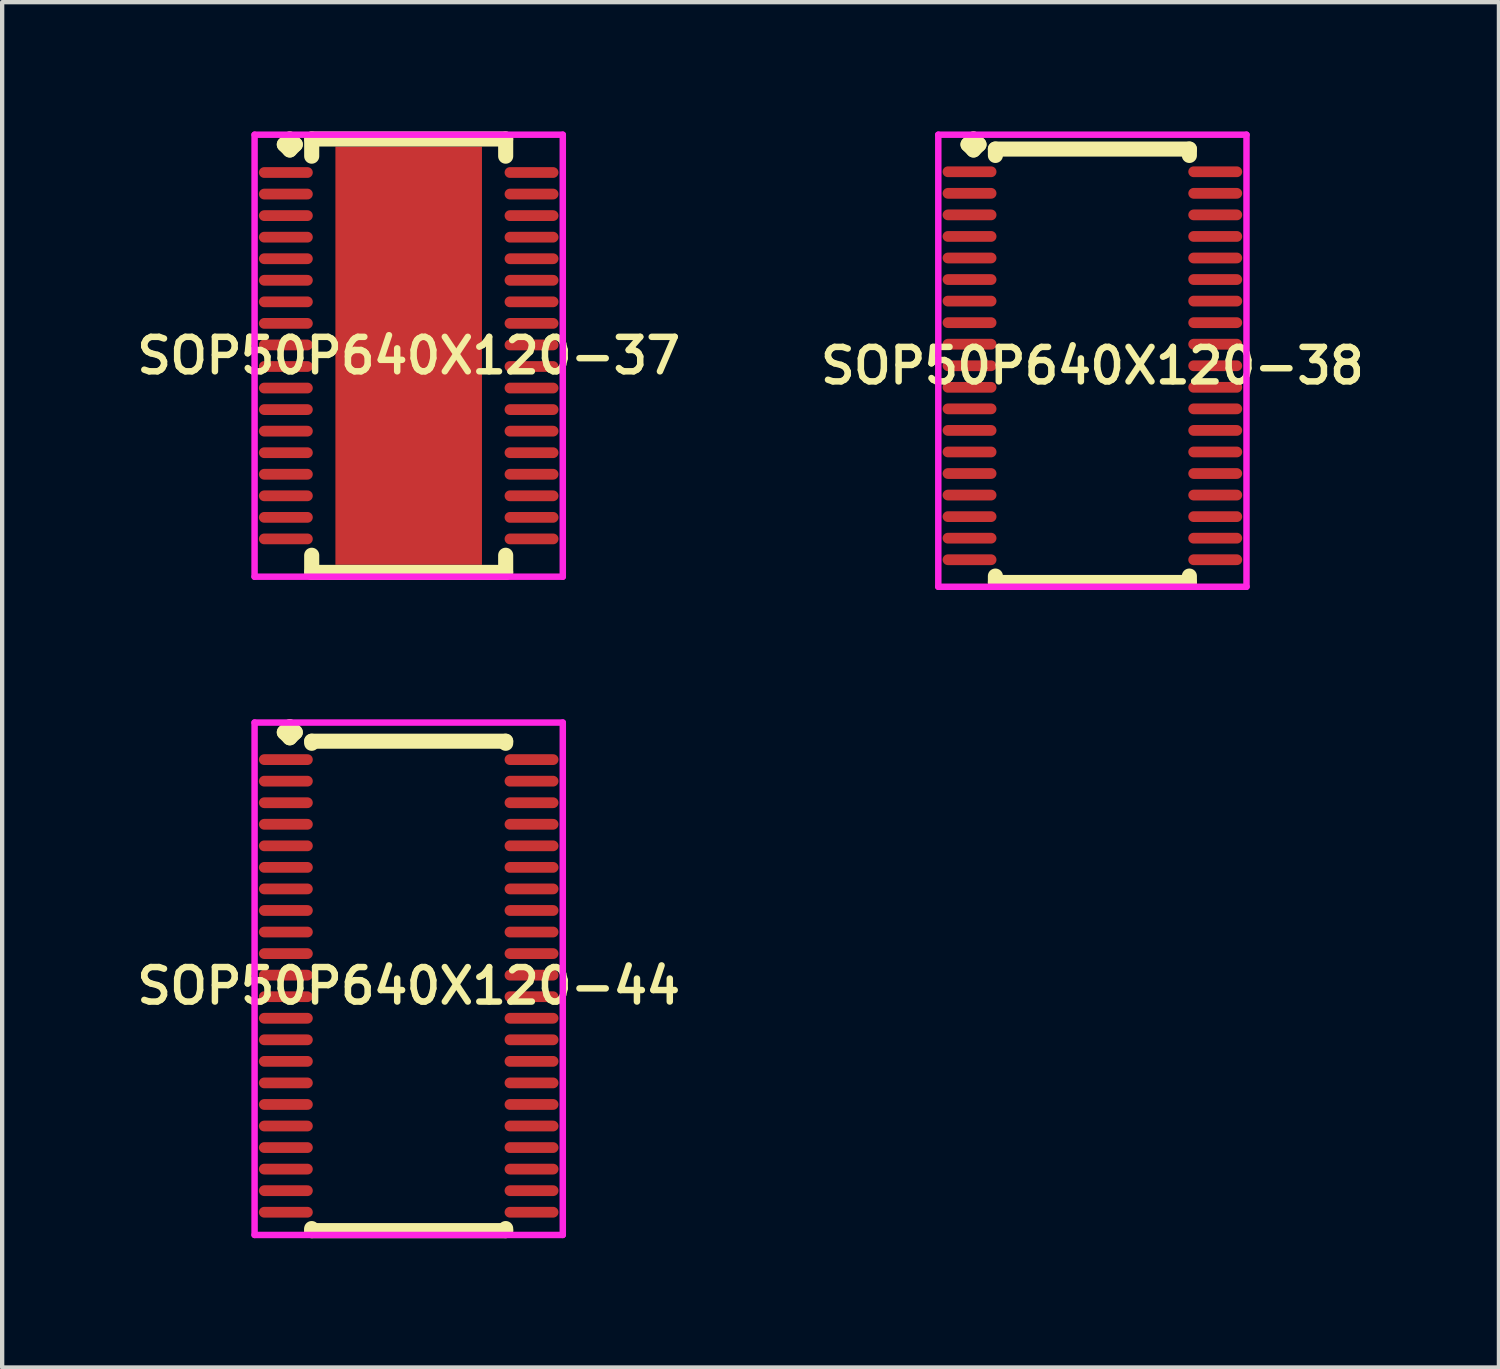
<source format=kicad_pcb>
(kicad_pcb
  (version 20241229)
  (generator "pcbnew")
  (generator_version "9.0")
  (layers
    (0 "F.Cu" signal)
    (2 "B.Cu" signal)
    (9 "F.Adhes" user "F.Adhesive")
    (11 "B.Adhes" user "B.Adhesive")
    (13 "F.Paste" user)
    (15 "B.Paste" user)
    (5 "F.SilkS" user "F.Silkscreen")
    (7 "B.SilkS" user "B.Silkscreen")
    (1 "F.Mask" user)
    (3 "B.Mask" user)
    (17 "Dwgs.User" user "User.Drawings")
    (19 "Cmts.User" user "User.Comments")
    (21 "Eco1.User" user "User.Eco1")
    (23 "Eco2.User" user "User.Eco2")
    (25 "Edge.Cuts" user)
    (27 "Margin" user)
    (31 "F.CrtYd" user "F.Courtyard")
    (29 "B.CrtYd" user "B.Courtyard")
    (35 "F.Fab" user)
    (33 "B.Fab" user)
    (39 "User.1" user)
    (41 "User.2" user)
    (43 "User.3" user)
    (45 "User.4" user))
  (footprint "SOP50P640X120-38"
    (layer "F.Cu")
    (at 22.292 5.435)
    (property "Reference" "SOP50P640X120-38" (at 0 0 0) (layer "F.SilkS") (effects (font (size 0.8 0.8) (thickness 0.15))))
    (attr smd)
    (fp_line (start -2.885 -5.133) (end -2.758 -5.26) (stroke (width 0.35) (type solid)) (layer "F.SilkS"))
    (fp_line (start -2.758 -5.26) (end -2.631 -5.133) (stroke (width 0.35) (type solid)) (layer "F.SilkS"))
    (fp_line (start -2.758 -5.006) (end -2.885 -5.133) (stroke (width 0.35) (type solid)) (layer "F.SilkS"))
    (fp_line (start -2.631 -5.133) (end -2.758 -5.006) (stroke (width 0.35) (type solid)) (layer "F.SilkS"))
    (fp_line (start -2.25 -5.027) (end 2.25 -5.027) (stroke (width 0.35) (type solid)) (layer "F.SilkS"))
    (fp_line (start -2.25 -4.879) (end -2.25 -5.027) (stroke (width 0.35) (type solid)) (layer "F.SilkS"))
    (fp_line (start -2.25 4.879) (end -2.25 5.027) (stroke (width 0.35) (type solid)) (layer "F.SilkS"))
    (fp_line (start -2.25 5.027) (end 2.25 5.027) (stroke (width 0.35) (type solid)) (layer "F.SilkS"))
    (fp_line (start 2.25 -5.027) (end 2.25 -4.879) (stroke (width 0.35) (type solid)) (layer "F.SilkS"))
    (fp_line (start 2.25 5.027) (end 2.25 4.879) (stroke (width 0.35) (type solid)) (layer "F.SilkS"))
    (fp_line (start -3.575 -5.36) (end 3.575 -5.36) (stroke (width 0.15) (type solid)) (layer "F.CrtYd"))
    (fp_line (start -3.575 5.127) (end -3.575 -5.36) (stroke (width 0.15) (type solid)) (layer "F.CrtYd"))
    (fp_line (start 3.575 -5.36) (end 3.575 5.127) (stroke (width 0.15) (type solid)) (layer "F.CrtYd"))
    (fp_line (start 3.575 5.127) (end -3.575 5.127) (stroke (width 0.15) (type solid)) (layer "F.CrtYd"))
    (pad "1" smd oval (at -2.85 -4.5) (size 1.25 0.25) (layers "F.Cu" "F.Mask" "F.Paste"))
    (pad "2" smd oval (at -2.85 -4) (size 1.25 0.25) (layers "F.Cu" "F.Mask" "F.Paste"))
    (pad "3" smd oval (at -2.85 -3.5) (size 1.25 0.25) (layers "F.Cu" "F.Mask" "F.Paste"))
    (pad "4" smd oval (at -2.85 -3) (size 1.25 0.25) (layers "F.Cu" "F.Mask" "F.Paste"))
    (pad "5" smd oval (at -2.85 -2.5) (size 1.25 0.25) (layers "F.Cu" "F.Mask" "F.Paste"))
    (pad "6" smd oval (at -2.85 -2) (size 1.25 0.25) (layers "F.Cu" "F.Mask" "F.Paste"))
    (pad "7" smd oval (at -2.85 -1.5) (size 1.25 0.25) (layers "F.Cu" "F.Mask" "F.Paste"))
    (pad "8" smd oval (at -2.85 -1) (size 1.25 0.25) (layers "F.Cu" "F.Mask" "F.Paste"))
    (pad "9" smd oval (at -2.85 -0.5) (size 1.25 0.25) (layers "F.Cu" "F.Mask" "F.Paste"))
    (pad "10" smd oval (at -2.85 0) (size 1.25 0.25) (layers "F.Cu" "F.Mask" "F.Paste"))
    (pad "11" smd oval (at -2.85 0.5) (size 1.25 0.25) (layers "F.Cu" "F.Mask" "F.Paste"))
    (pad "12" smd oval (at -2.85 1) (size 1.25 0.25) (layers "F.Cu" "F.Mask" "F.Paste"))
    (pad "13" smd oval (at -2.85 1.5) (size 1.25 0.25) (layers "F.Cu" "F.Mask" "F.Paste"))
    (pad "14" smd oval (at -2.85 2) (size 1.25 0.25) (layers "F.Cu" "F.Mask" "F.Paste"))
    (pad "15" smd oval (at -2.85 2.5) (size 1.25 0.25) (layers "F.Cu" "F.Mask" "F.Paste"))
    (pad "16" smd oval (at -2.85 3) (size 1.25 0.25) (layers "F.Cu" "F.Mask" "F.Paste"))
    (pad "17" smd oval (at -2.85 3.5) (size 1.25 0.25) (layers "F.Cu" "F.Mask" "F.Paste"))
    (pad "18" smd oval (at -2.85 4) (size 1.25 0.25) (layers "F.Cu" "F.Mask" "F.Paste"))
    (pad "19" smd oval (at -2.85 4.5) (size 1.25 0.25) (layers "F.Cu" "F.Mask" "F.Paste"))
    (pad "20" smd oval (at 2.85 4.5) (size 1.25 0.25) (layers "F.Cu" "F.Mask" "F.Paste"))
    (pad "21" smd oval (at 2.85 4) (size 1.25 0.25) (layers "F.Cu" "F.Mask" "F.Paste"))
    (pad "22" smd oval (at 2.85 3.5) (size 1.25 0.25) (layers "F.Cu" "F.Mask" "F.Paste"))
    (pad "23" smd oval (at 2.85 3) (size 1.25 0.25) (layers "F.Cu" "F.Mask" "F.Paste"))
    (pad "24" smd oval (at 2.85 2.5) (size 1.25 0.25) (layers "F.Cu" "F.Mask" "F.Paste"))
    (pad "25" smd oval (at 2.85 2) (size 1.25 0.25) (layers "F.Cu" "F.Mask" "F.Paste"))
    (pad "26" smd oval (at 2.85 1.5) (size 1.25 0.25) (layers "F.Cu" "F.Mask" "F.Paste"))
    (pad "27" smd oval (at 2.85 1) (size 1.25 0.25) (layers "F.Cu" "F.Mask" "F.Paste"))
    (pad "28" smd oval (at 2.85 0.5) (size 1.25 0.25) (layers "F.Cu" "F.Mask" "F.Paste"))
    (pad "29" smd oval (at 2.85 0) (size 1.25 0.25) (layers "F.Cu" "F.Mask" "F.Paste"))
    (pad "30" smd oval (at 2.85 -0.5) (size 1.25 0.25) (layers "F.Cu" "F.Mask" "F.Paste"))
    (pad "31" smd oval (at 2.85 -1) (size 1.25 0.25) (layers "F.Cu" "F.Mask" "F.Paste"))
    (pad "32" smd oval (at 2.85 -1.5) (size 1.25 0.25) (layers "F.Cu" "F.Mask" "F.Paste"))
    (pad "33" smd oval (at 2.85 -2) (size 1.25 0.25) (layers "F.Cu" "F.Mask" "F.Paste"))
    (pad "34" smd oval (at 2.85 -2.5) (size 1.25 0.25) (layers "F.Cu" "F.Mask" "F.Paste"))
    (pad "35" smd oval (at 2.85 -3) (size 1.25 0.25) (layers "F.Cu" "F.Mask" "F.Paste"))
    (pad "36" smd oval (at 2.85 -3.5) (size 1.25 0.25) (layers "F.Cu" "F.Mask" "F.Paste"))
    (pad "37" smd oval (at 2.85 -4) (size 1.25 0.25) (layers "F.Cu" "F.Mask" "F.Paste"))
    (pad "38" smd oval (at 2.85 -4.5) (size 1.25 0.25) (layers "F.Cu" "F.Mask" "F.Paste")))
  (footprint "SOP50P640X120-37"
    (layer "F.Cu")
    (at 6.431 5.202)
    (property "Reference" "SOP50P640X120-37" (at 0 0 0) (layer "F.SilkS") (effects (font (size 0.8 0.8) (thickness 0.15))))
    (attr through_hole)
    (fp_line (start -2.885 -4.9) (end -2.758 -5.027) (stroke (width 0.35) (type solid)) (layer "F.SilkS"))
    (fp_line (start -2.758 -5.027) (end -2.631 -4.9) (stroke (width 0.35) (type solid)) (layer "F.SilkS"))
    (fp_line (start -2.758 -4.773) (end -2.885 -4.9) (stroke (width 0.35) (type solid)) (layer "F.SilkS"))
    (fp_line (start -2.631 -4.9) (end -2.758 -4.773) (stroke (width 0.35) (type solid)) (layer "F.SilkS"))
    (fp_line (start -2.25 -5.027) (end 2.25 -5.027) (stroke (width 0.35) (type solid)) (layer "F.SilkS"))
    (fp_line (start -2.25 -4.629) (end -2.25 -5.027) (stroke (width 0.35) (type solid)) (layer "F.SilkS"))
    (fp_line (start -2.25 4.629) (end -2.25 5.027) (stroke (width 0.35) (type solid)) (layer "F.SilkS"))
    (fp_line (start -2.25 5.027) (end 2.25 5.027) (stroke (width 0.35) (type solid)) (layer "F.SilkS"))
    (fp_line (start 2.25 -5.027) (end 2.25 -4.629) (stroke (width 0.35) (type solid)) (layer "F.SilkS"))
    (fp_line (start 2.25 5.027) (end 2.25 4.629) (stroke (width 0.35) (type solid)) (layer "F.SilkS"))
    (fp_line (start -3.575 -5.127) (end 3.575 -5.127) (stroke (width 0.15) (type solid)) (layer "F.CrtYd"))
    (fp_line (start -3.575 5.127) (end -3.575 -5.127) (stroke (width 0.15) (type solid)) (layer "F.CrtYd"))
    (fp_line (start 3.575 -5.127) (end 3.575 5.127) (stroke (width 0.15) (type solid)) (layer "F.CrtYd"))
    (fp_line (start 3.575 5.127) (end -3.575 5.127) (stroke (width 0.15) (type solid)) (layer "F.CrtYd"))
    (pad "1" smd oval (at -2.85 -4.25) (size 1.25 0.25) (layers "F.Cu" "F.Mask" "F.Paste"))
    (pad "2" smd oval (at -2.85 -3.75) (size 1.25 0.25) (layers "F.Cu" "F.Mask" "F.Paste"))
    (pad "3" smd oval (at -2.85 -3.25) (size 1.25 0.25) (layers "F.Cu" "F.Mask" "F.Paste"))
    (pad "4" smd oval (at -2.85 -2.75) (size 1.25 0.25) (layers "F.Cu" "F.Mask" "F.Paste"))
    (pad "5" smd oval (at -2.85 -2.25) (size 1.25 0.25) (layers "F.Cu" "F.Mask" "F.Paste"))
    (pad "6" smd oval (at -2.85 -1.75) (size 1.25 0.25) (layers "F.Cu" "F.Mask" "F.Paste"))
    (pad "7" smd oval (at -2.85 -1.25) (size 1.25 0.25) (layers "F.Cu" "F.Mask" "F.Paste"))
    (pad "8" smd oval (at -2.85 -0.75) (size 1.25 0.25) (layers "F.Cu" "F.Mask" "F.Paste"))
    (pad "9" smd oval (at -2.85 -0.25) (size 1.25 0.25) (layers "F.Cu" "F.Mask" "F.Paste"))
    (pad "10" smd oval (at -2.85 0.25) (size 1.25 0.25) (layers "F.Cu" "F.Mask" "F.Paste"))
    (pad "11" smd oval (at -2.85 0.75) (size 1.25 0.25) (layers "F.Cu" "F.Mask" "F.Paste"))
    (pad "12" smd oval (at -2.85 1.25) (size 1.25 0.25) (layers "F.Cu" "F.Mask" "F.Paste"))
    (pad "13" smd oval (at -2.85 1.75) (size 1.25 0.25) (layers "F.Cu" "F.Mask" "F.Paste"))
    (pad "14" smd oval (at -2.85 2.25) (size 1.25 0.25) (layers "F.Cu" "F.Mask" "F.Paste"))
    (pad "15" smd oval (at -2.85 2.75) (size 1.25 0.25) (layers "F.Cu" "F.Mask" "F.Paste"))
    (pad "16" smd oval (at -2.85 3.25) (size 1.25 0.25) (layers "F.Cu" "F.Mask" "F.Paste"))
    (pad "17" smd oval (at -2.85 3.75) (size 1.25 0.25) (layers "F.Cu" "F.Mask" "F.Paste"))
    (pad "18" smd oval (at -2.85 4.25) (size 1.25 0.25) (layers "F.Cu" "F.Mask" "F.Paste"))
    (pad "19" smd oval (at 2.85 4.25) (size 1.25 0.25) (layers "F.Cu" "F.Mask" "F.Paste"))
    (pad "20" smd oval (at 2.85 3.75) (size 1.25 0.25) (layers "F.Cu" "F.Mask" "F.Paste"))
    (pad "21" smd oval (at 2.85 3.25) (size 1.25 0.25) (layers "F.Cu" "F.Mask" "F.Paste"))
    (pad "22" smd oval (at 2.85 2.75) (size 1.25 0.25) (layers "F.Cu" "F.Mask" "F.Paste"))
    (pad "23" smd oval (at 2.85 2.25) (size 1.25 0.25) (layers "F.Cu" "F.Mask" "F.Paste"))
    (pad "24" smd oval (at 2.85 1.75) (size 1.25 0.25) (layers "F.Cu" "F.Mask" "F.Paste"))
    (pad "25" smd oval (at 2.85 1.25) (size 1.25 0.25) (layers "F.Cu" "F.Mask" "F.Paste"))
    (pad "26" smd oval (at 2.85 0.75) (size 1.25 0.25) (layers "F.Cu" "F.Mask" "F.Paste"))
    (pad "27" smd oval (at 2.85 0.25) (size 1.25 0.25) (layers "F.Cu" "F.Mask" "F.Paste"))
    (pad "28" smd oval (at 2.85 -0.25) (size 1.25 0.25) (layers "F.Cu" "F.Mask" "F.Paste"))
    (pad "29" smd oval (at 2.85 -0.75) (size 1.25 0.25) (layers "F.Cu" "F.Mask" "F.Paste"))
    (pad "30" smd oval (at 2.85 -1.25) (size 1.25 0.25) (layers "F.Cu" "F.Mask" "F.Paste"))
    (pad "31" smd oval (at 2.85 -1.75) (size 1.25 0.25) (layers "F.Cu" "F.Mask" "F.Paste"))
    (pad "32" smd oval (at 2.85 -2.25) (size 1.25 0.25) (layers "F.Cu" "F.Mask" "F.Paste"))
    (pad "33" smd oval (at 2.85 -2.75) (size 1.25 0.25) (layers "F.Cu" "F.Mask" "F.Paste"))
    (pad "34" smd oval (at 2.85 -3.25) (size 1.25 0.25) (layers "F.Cu" "F.Mask" "F.Paste"))
    (pad "35" smd oval (at 2.85 -3.75) (size 1.25 0.25) (layers "F.Cu" "F.Mask" "F.Paste"))
    (pad "36" smd oval (at 2.85 -4.25) (size 1.25 0.25) (layers "F.Cu" "F.Mask" "F.Paste"))
    (pad "37" smd rect (at 0 0) (size 3.4 9.7) (layers "F.Cu" "F.Mask" "F.Paste")))
  (footprint "SOP50P640X120-44"
    (layer "F.Cu")
    (at 6.431 19.822)
    (property "Reference" "SOP50P640X120-44" (at 0 0 0) (layer "F.SilkS") (effects (font (size 0.8 0.8) (thickness 0.15))))
    (attr through_hole)
    (fp_line (start -2.885 -5.883) (end -2.758 -6.01) (stroke (width 0.35) (type solid)) (layer "F.SilkS"))
    (fp_line (start -2.758 -6.01) (end -2.631 -5.883) (stroke (width 0.35) (type solid)) (layer "F.SilkS"))
    (fp_line (start -2.758 -5.756) (end -2.885 -5.883) (stroke (width 0.35) (type solid)) (layer "F.SilkS"))
    (fp_line (start -2.631 -5.883) (end -2.758 -5.756) (stroke (width 0.35) (type solid)) (layer "F.SilkS"))
    (fp_line (start -2.25 -5.677) (end 2.25 -5.677) (stroke (width 0.35) (type solid)) (layer "F.SilkS"))
    (fp_line (start -2.25 -5.629) (end -2.25 -5.677) (stroke (width 0.35) (type solid)) (layer "F.SilkS"))
    (fp_line (start -2.25 5.629) (end -2.25 5.677) (stroke (width 0.35) (type solid)) (layer "F.SilkS"))
    (fp_line (start -2.25 5.677) (end 2.25 5.677) (stroke (width 0.35) (type solid)) (layer "F.SilkS"))
    (fp_line (start 2.25 -5.677) (end 2.25 -5.629) (stroke (width 0.35) (type solid)) (layer "F.SilkS"))
    (fp_line (start 2.25 5.677) (end 2.25 5.629) (stroke (width 0.35) (type solid)) (layer "F.SilkS"))
    (fp_line (start -3.575 -6.11) (end 3.575 -6.11) (stroke (width 0.15) (type solid)) (layer "F.CrtYd"))
    (fp_line (start -3.575 5.777) (end -3.575 -6.11) (stroke (width 0.15) (type solid)) (layer "F.CrtYd"))
    (fp_line (start 3.575 -6.11) (end 3.575 5.777) (stroke (width 0.15) (type solid)) (layer "F.CrtYd"))
    (fp_line (start 3.575 5.777) (end -3.575 5.777) (stroke (width 0.15) (type solid)) (layer "F.CrtYd"))
    (pad "1" smd oval (at -2.85 -5.25) (size 1.25 0.25) (layers "F.Cu" "F.Mask" "F.Paste"))
    (pad "2" smd oval (at -2.85 -4.75) (size 1.25 0.25) (layers "F.Cu" "F.Mask" "F.Paste"))
    (pad "3" smd oval (at -2.85 -4.25) (size 1.25 0.25) (layers "F.Cu" "F.Mask" "F.Paste"))
    (pad "4" smd oval (at -2.85 -3.75) (size 1.25 0.25) (layers "F.Cu" "F.Mask" "F.Paste"))
    (pad "5" smd oval (at -2.85 -3.25) (size 1.25 0.25) (layers "F.Cu" "F.Mask" "F.Paste"))
    (pad "6" smd oval (at -2.85 -2.75) (size 1.25 0.25) (layers "F.Cu" "F.Mask" "F.Paste"))
    (pad "7" smd oval (at -2.85 -2.25) (size 1.25 0.25) (layers "F.Cu" "F.Mask" "F.Paste"))
    (pad "8" smd oval (at -2.85 -1.75) (size 1.25 0.25) (layers "F.Cu" "F.Mask" "F.Paste"))
    (pad "9" smd oval (at -2.85 -1.25) (size 1.25 0.25) (layers "F.Cu" "F.Mask" "F.Paste"))
    (pad "10" smd oval (at -2.85 -0.75) (size 1.25 0.25) (layers "F.Cu" "F.Mask" "F.Paste"))
    (pad "11" smd oval (at -2.85 -0.25) (size 1.25 0.25) (layers "F.Cu" "F.Mask" "F.Paste"))
    (pad "12" smd oval (at -2.85 0.25) (size 1.25 0.25) (layers "F.Cu" "F.Mask" "F.Paste"))
    (pad "13" smd oval (at -2.85 0.75) (size 1.25 0.25) (layers "F.Cu" "F.Mask" "F.Paste"))
    (pad "14" smd oval (at -2.85 1.25) (size 1.25 0.25) (layers "F.Cu" "F.Mask" "F.Paste"))
    (pad "15" smd oval (at -2.85 1.75) (size 1.25 0.25) (layers "F.Cu" "F.Mask" "F.Paste"))
    (pad "16" smd oval (at -2.85 2.25) (size 1.25 0.25) (layers "F.Cu" "F.Mask" "F.Paste"))
    (pad "17" smd oval (at -2.85 2.75) (size 1.25 0.25) (layers "F.Cu" "F.Mask" "F.Paste"))
    (pad "18" smd oval (at -2.85 3.25) (size 1.25 0.25) (layers "F.Cu" "F.Mask" "F.Paste"))
    (pad "19" smd oval (at -2.85 3.75) (size 1.25 0.25) (layers "F.Cu" "F.Mask" "F.Paste"))
    (pad "20" smd oval (at -2.85 4.25) (size 1.25 0.25) (layers "F.Cu" "F.Mask" "F.Paste"))
    (pad "21" smd oval (at -2.85 4.75) (size 1.25 0.25) (layers "F.Cu" "F.Mask" "F.Paste"))
    (pad "22" smd oval (at -2.85 5.25) (size 1.25 0.25) (layers "F.Cu" "F.Mask" "F.Paste"))
    (pad "23" smd oval (at 2.85 5.25) (size 1.25 0.25) (layers "F.Cu" "F.Mask" "F.Paste"))
    (pad "24" smd oval (at 2.85 4.75) (size 1.25 0.25) (layers "F.Cu" "F.Mask" "F.Paste"))
    (pad "25" smd oval (at 2.85 4.25) (size 1.25 0.25) (layers "F.Cu" "F.Mask" "F.Paste"))
    (pad "26" smd oval (at 2.85 3.75) (size 1.25 0.25) (layers "F.Cu" "F.Mask" "F.Paste"))
    (pad "27" smd oval (at 2.85 3.25) (size 1.25 0.25) (layers "F.Cu" "F.Mask" "F.Paste"))
    (pad "28" smd oval (at 2.85 2.75) (size 1.25 0.25) (layers "F.Cu" "F.Mask" "F.Paste"))
    (pad "29" smd oval (at 2.85 2.25) (size 1.25 0.25) (layers "F.Cu" "F.Mask" "F.Paste"))
    (pad "30" smd oval (at 2.85 1.75) (size 1.25 0.25) (layers "F.Cu" "F.Mask" "F.Paste"))
    (pad "31" smd oval (at 2.85 1.25) (size 1.25 0.25) (layers "F.Cu" "F.Mask" "F.Paste"))
    (pad "32" smd oval (at 2.85 0.75) (size 1.25 0.25) (layers "F.Cu" "F.Mask" "F.Paste"))
    (pad "33" smd oval (at 2.85 0.25) (size 1.25 0.25) (layers "F.Cu" "F.Mask" "F.Paste"))
    (pad "34" smd oval (at 2.85 -0.25) (size 1.25 0.25) (layers "F.Cu" "F.Mask" "F.Paste"))
    (pad "35" smd oval (at 2.85 -0.75) (size 1.25 0.25) (layers "F.Cu" "F.Mask" "F.Paste"))
    (pad "36" smd oval (at 2.85 -1.25) (size 1.25 0.25) (layers "F.Cu" "F.Mask" "F.Paste"))
    (pad "37" smd oval (at 2.85 -1.75) (size 1.25 0.25) (layers "F.Cu" "F.Mask" "F.Paste"))
    (pad "38" smd oval (at 2.85 -2.25) (size 1.25 0.25) (layers "F.Cu" "F.Mask" "F.Paste"))
    (pad "39" smd oval (at 2.85 -2.75) (size 1.25 0.25) (layers "F.Cu" "F.Mask" "F.Paste"))
    (pad "40" smd oval (at 2.85 -3.25) (size 1.25 0.25) (layers "F.Cu" "F.Mask" "F.Paste"))
    (pad "41" smd oval (at 2.85 -3.75) (size 1.25 0.25) (layers "F.Cu" "F.Mask" "F.Paste"))
    (pad "42" smd oval (at 2.85 -4.25) (size 1.25 0.25) (layers "F.Cu" "F.Mask" "F.Paste"))
    (pad "43" smd oval (at 2.85 -4.75) (size 1.25 0.25) (layers "F.Cu" "F.Mask" "F.Paste"))
    (pad "44" smd oval (at 2.85 -5.25) (size 1.25 0.25) (layers "F.Cu" "F.Mask" "F.Paste")))
  (gr_rect
    (start -3 -3)
    (end 31.723 28.674)
    (stroke (width 0.1) (type default))
    (fill no)
    (layer "Edge.Cuts")))
</source>
